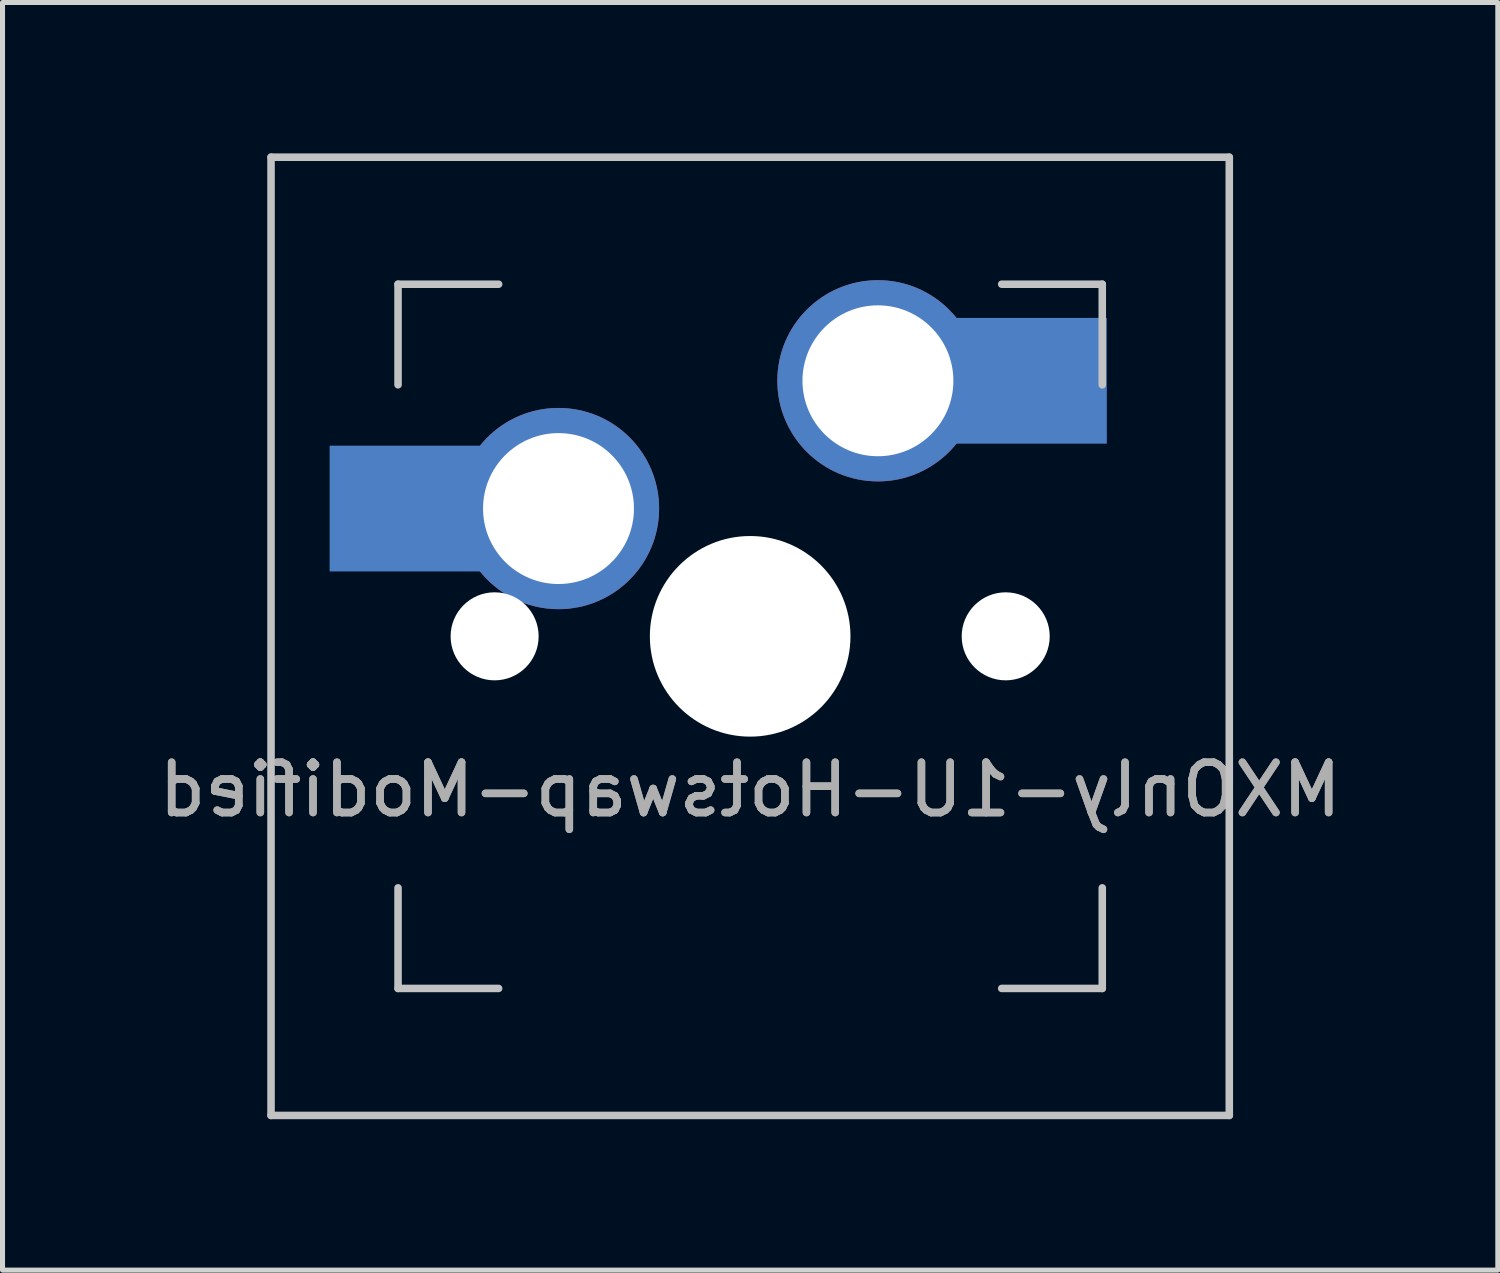
<source format=kicad_pcb>
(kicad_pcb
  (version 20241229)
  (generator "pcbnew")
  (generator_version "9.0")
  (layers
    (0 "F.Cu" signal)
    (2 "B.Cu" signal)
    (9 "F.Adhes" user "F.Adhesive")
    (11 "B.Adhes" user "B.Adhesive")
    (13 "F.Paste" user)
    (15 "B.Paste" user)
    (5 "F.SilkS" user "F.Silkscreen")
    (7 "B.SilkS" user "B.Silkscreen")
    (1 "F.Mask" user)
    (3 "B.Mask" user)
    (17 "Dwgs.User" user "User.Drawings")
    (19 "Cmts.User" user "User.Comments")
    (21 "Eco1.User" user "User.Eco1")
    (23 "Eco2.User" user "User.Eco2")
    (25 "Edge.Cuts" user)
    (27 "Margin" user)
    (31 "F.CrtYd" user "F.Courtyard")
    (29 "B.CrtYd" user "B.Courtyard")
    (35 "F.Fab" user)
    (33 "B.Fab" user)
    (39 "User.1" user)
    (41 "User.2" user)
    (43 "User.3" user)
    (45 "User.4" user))
  (footprint "MXOnly-1U-Hotswap-Modified"
    (layer "F.Cu")
    (at 11.863 9.6)
    (property "Reference" "MXOnly-1U-Hotswap-Modified" (at 0 3.048 0) (layer "F.Fab") (effects (font (size 1 1) (thickness 0.15)) (justify mirror)))
    (attr through_hole)
    (fp_line (start -9.525 -9.525) (end 9.525 -9.525) (stroke (width 0.15) (type solid)) (layer "Dwgs.User"))
    (fp_line (start -9.525 9.525) (end -9.525 -9.525) (stroke (width 0.15) (type solid)) (layer "Dwgs.User"))
    (fp_line (start -7 -7) (end -7 -5) (stroke (width 0.15) (type solid)) (layer "Dwgs.User"))
    (fp_line (start -7 5) (end -7 7) (stroke (width 0.15) (type solid)) (layer "Dwgs.User"))
    (fp_line (start -7 7) (end -5 7) (stroke (width 0.15) (type solid)) (layer "Dwgs.User"))
    (fp_line (start -5 -7) (end -7 -7) (stroke (width 0.15) (type solid)) (layer "Dwgs.User"))
    (fp_line (start 5 -7) (end 7 -7) (stroke (width 0.15) (type solid)) (layer "Dwgs.User"))
    (fp_line (start 5 7) (end 7 7) (stroke (width 0.15) (type solid)) (layer "Dwgs.User"))
    (fp_line (start 7 -7) (end 7 -5) (stroke (width 0.15) (type solid)) (layer "Dwgs.User"))
    (fp_line (start 7 7) (end 7 5) (stroke (width 0.15) (type solid)) (layer "Dwgs.User"))
    (fp_line (start 9.525 -9.525) (end 9.525 9.525) (stroke (width 0.15) (type solid)) (layer "Dwgs.User"))
    (fp_line (start 9.525 9.525) (end -9.525 9.525) (stroke (width 0.15) (type solid)) (layer "Dwgs.User"))
    (fp_text user "${REFERENCE}" (at 0 3.048 0) (layer "F.Fab") (effects (font (size 1 1) (thickness 0.15)) (justify mirror)))
    (pad "" smd rect (at -7.085 -2.54) (size 2.55 2.5) (layers "B.Mask" "B.Paste"))
    (pad "" np_thru_hole circle (at -5.08 0 48.1) (size 1.75 1.75) (drill 1.75) (layers "*.Cu" "*.Mask"))
    (pad "" np_thru_hole circle (at 0 0) (size 3.988 3.988) (drill 3.988) (layers "*.Cu" "*.Mask"))
    (pad "" np_thru_hole circle (at 5.08 0 48.1) (size 1.75 1.75) (drill 1.75) (layers "*.Cu" "*.Mask"))
    (pad "" smd rect (at 5.815 -5.08) (size 2.55 2.5) (layers "B.Mask" "B.Paste"))
    (pad "1" smd rect (at -5.61 -2.54) (size 5.5 2.5) (layers "B.Cu"))
    (pad "1" thru_hole circle (at -3.81 -2.54) (size 4 4) (drill 3) (layers "*.Cu"))
    (pad "2" thru_hole circle (at 2.54 -5.08) (size 4 4) (drill 3) (layers "*.Cu"))
    (pad "2" smd rect (at 4.34 -5.08) (size 5.5 2.5) (layers "B.Cu")))
  (gr_rect
    (start -3 -3)
    (end 26.726 22.2)
    (stroke (width 0.1) (type default))
    (fill no)
    (layer "Edge.Cuts")))
</source>
